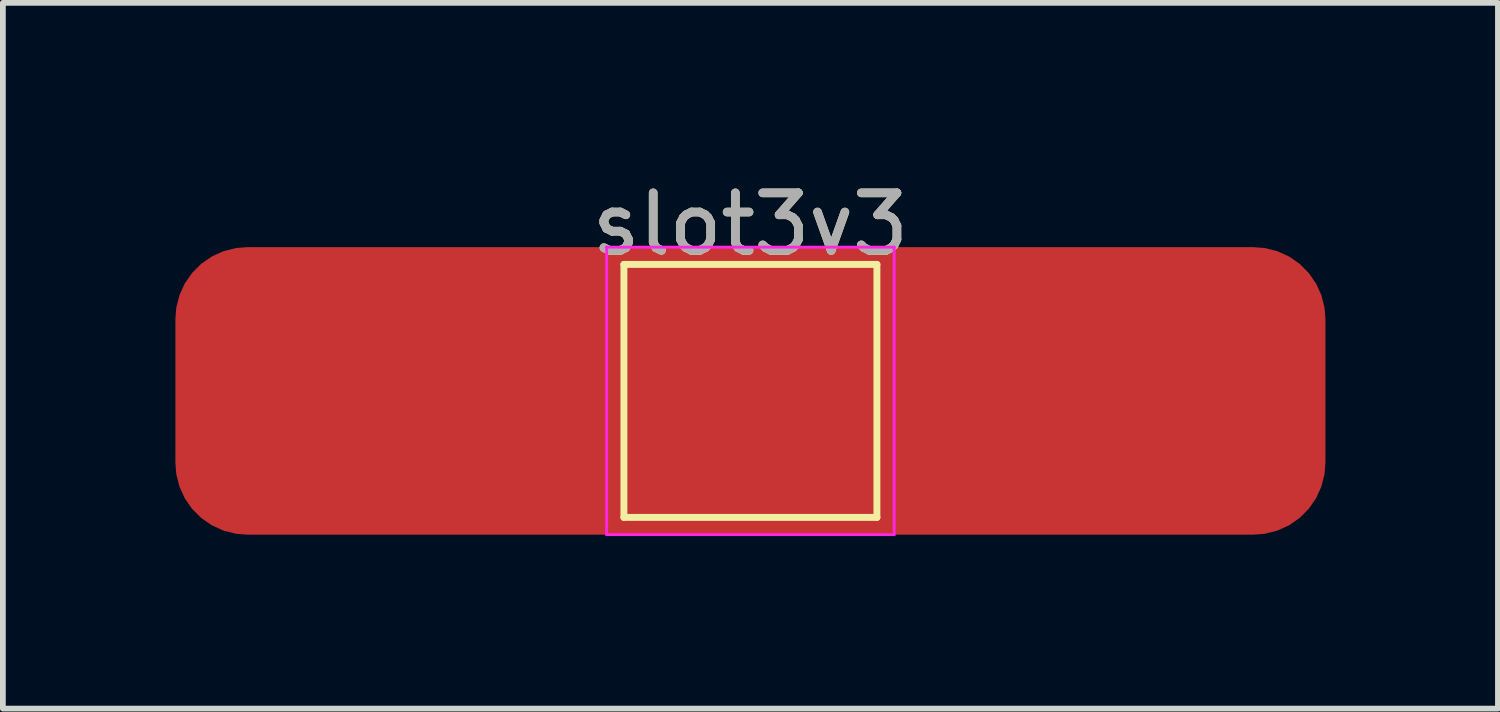
<source format=kicad_pcb>
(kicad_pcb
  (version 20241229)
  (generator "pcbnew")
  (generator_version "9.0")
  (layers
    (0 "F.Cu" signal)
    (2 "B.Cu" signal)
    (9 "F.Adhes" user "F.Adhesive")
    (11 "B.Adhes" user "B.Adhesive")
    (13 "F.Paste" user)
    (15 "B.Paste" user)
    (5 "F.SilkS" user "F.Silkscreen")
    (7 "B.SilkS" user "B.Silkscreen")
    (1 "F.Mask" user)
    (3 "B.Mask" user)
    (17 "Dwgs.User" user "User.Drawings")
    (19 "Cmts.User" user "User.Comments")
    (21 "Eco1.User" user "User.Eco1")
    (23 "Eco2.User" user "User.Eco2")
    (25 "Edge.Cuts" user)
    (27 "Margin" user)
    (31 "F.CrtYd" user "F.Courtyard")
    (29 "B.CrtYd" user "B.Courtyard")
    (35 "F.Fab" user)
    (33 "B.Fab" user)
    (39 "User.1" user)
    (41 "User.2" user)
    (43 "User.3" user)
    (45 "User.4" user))
  (footprint "slot3v3"
    (layer "F.Cu")
    (at 10 3.748)
    (property "Reference" "slot3v3" (at 0 -2.898 0) (layer "F.SilkS") (effects (font (size 1 1) (thickness 0.15))))
    (attr exclude_from_pos_files exclude_from_bom)
    (fp_line (start -2.2 -2.2) (end 2.2 -2.2) (stroke (width 0.12) (type solid)) (layer "F.SilkS"))
    (fp_line (start -2.2 2.2) (end -2.2 -2.2) (stroke (width 0.12) (type solid)) (layer "F.SilkS"))
    (fp_line (start 2.2 -2.2) (end 2.2 2.2) (stroke (width 0.12) (type solid)) (layer "F.SilkS"))
    (fp_line (start 2.2 2.2) (end -2.2 2.2) (stroke (width 0.12) (type solid)) (layer "F.SilkS"))
    (fp_line (start -2.5 -2.5) (end -2.5 2.5) (stroke (width 0.05) (type solid)) (layer "F.CrtYd"))
    (fp_line (start -2.5 -2.5) (end 2.5 -2.5) (stroke (width 0.05) (type solid)) (layer "F.CrtYd"))
    (fp_line (start 2.5 2.5) (end -2.5 2.5) (stroke (width 0.05) (type solid)) (layer "F.CrtYd"))
    (fp_line (start 2.5 2.5) (end 2.5 -2.5) (stroke (width 0.05) (type solid)) (layer "F.CrtYd"))
    (fp_text user "${REFERENCE}" (at 0 -2.9 0) (layer "F.Fab") (effects (font (size 1 1) (thickness 0.15))))
    (pad "1" smd roundrect (at 0 0) (size 20 5) (layers "F.Cu" "F.Mask") (roundrect_rratio 0.25)))
  (gr_rect
    (start -3 -3)
    (end 23 9.273)
    (stroke (width 0.1) (type default))
    (fill no)
    (layer "Edge.Cuts")))
</source>
